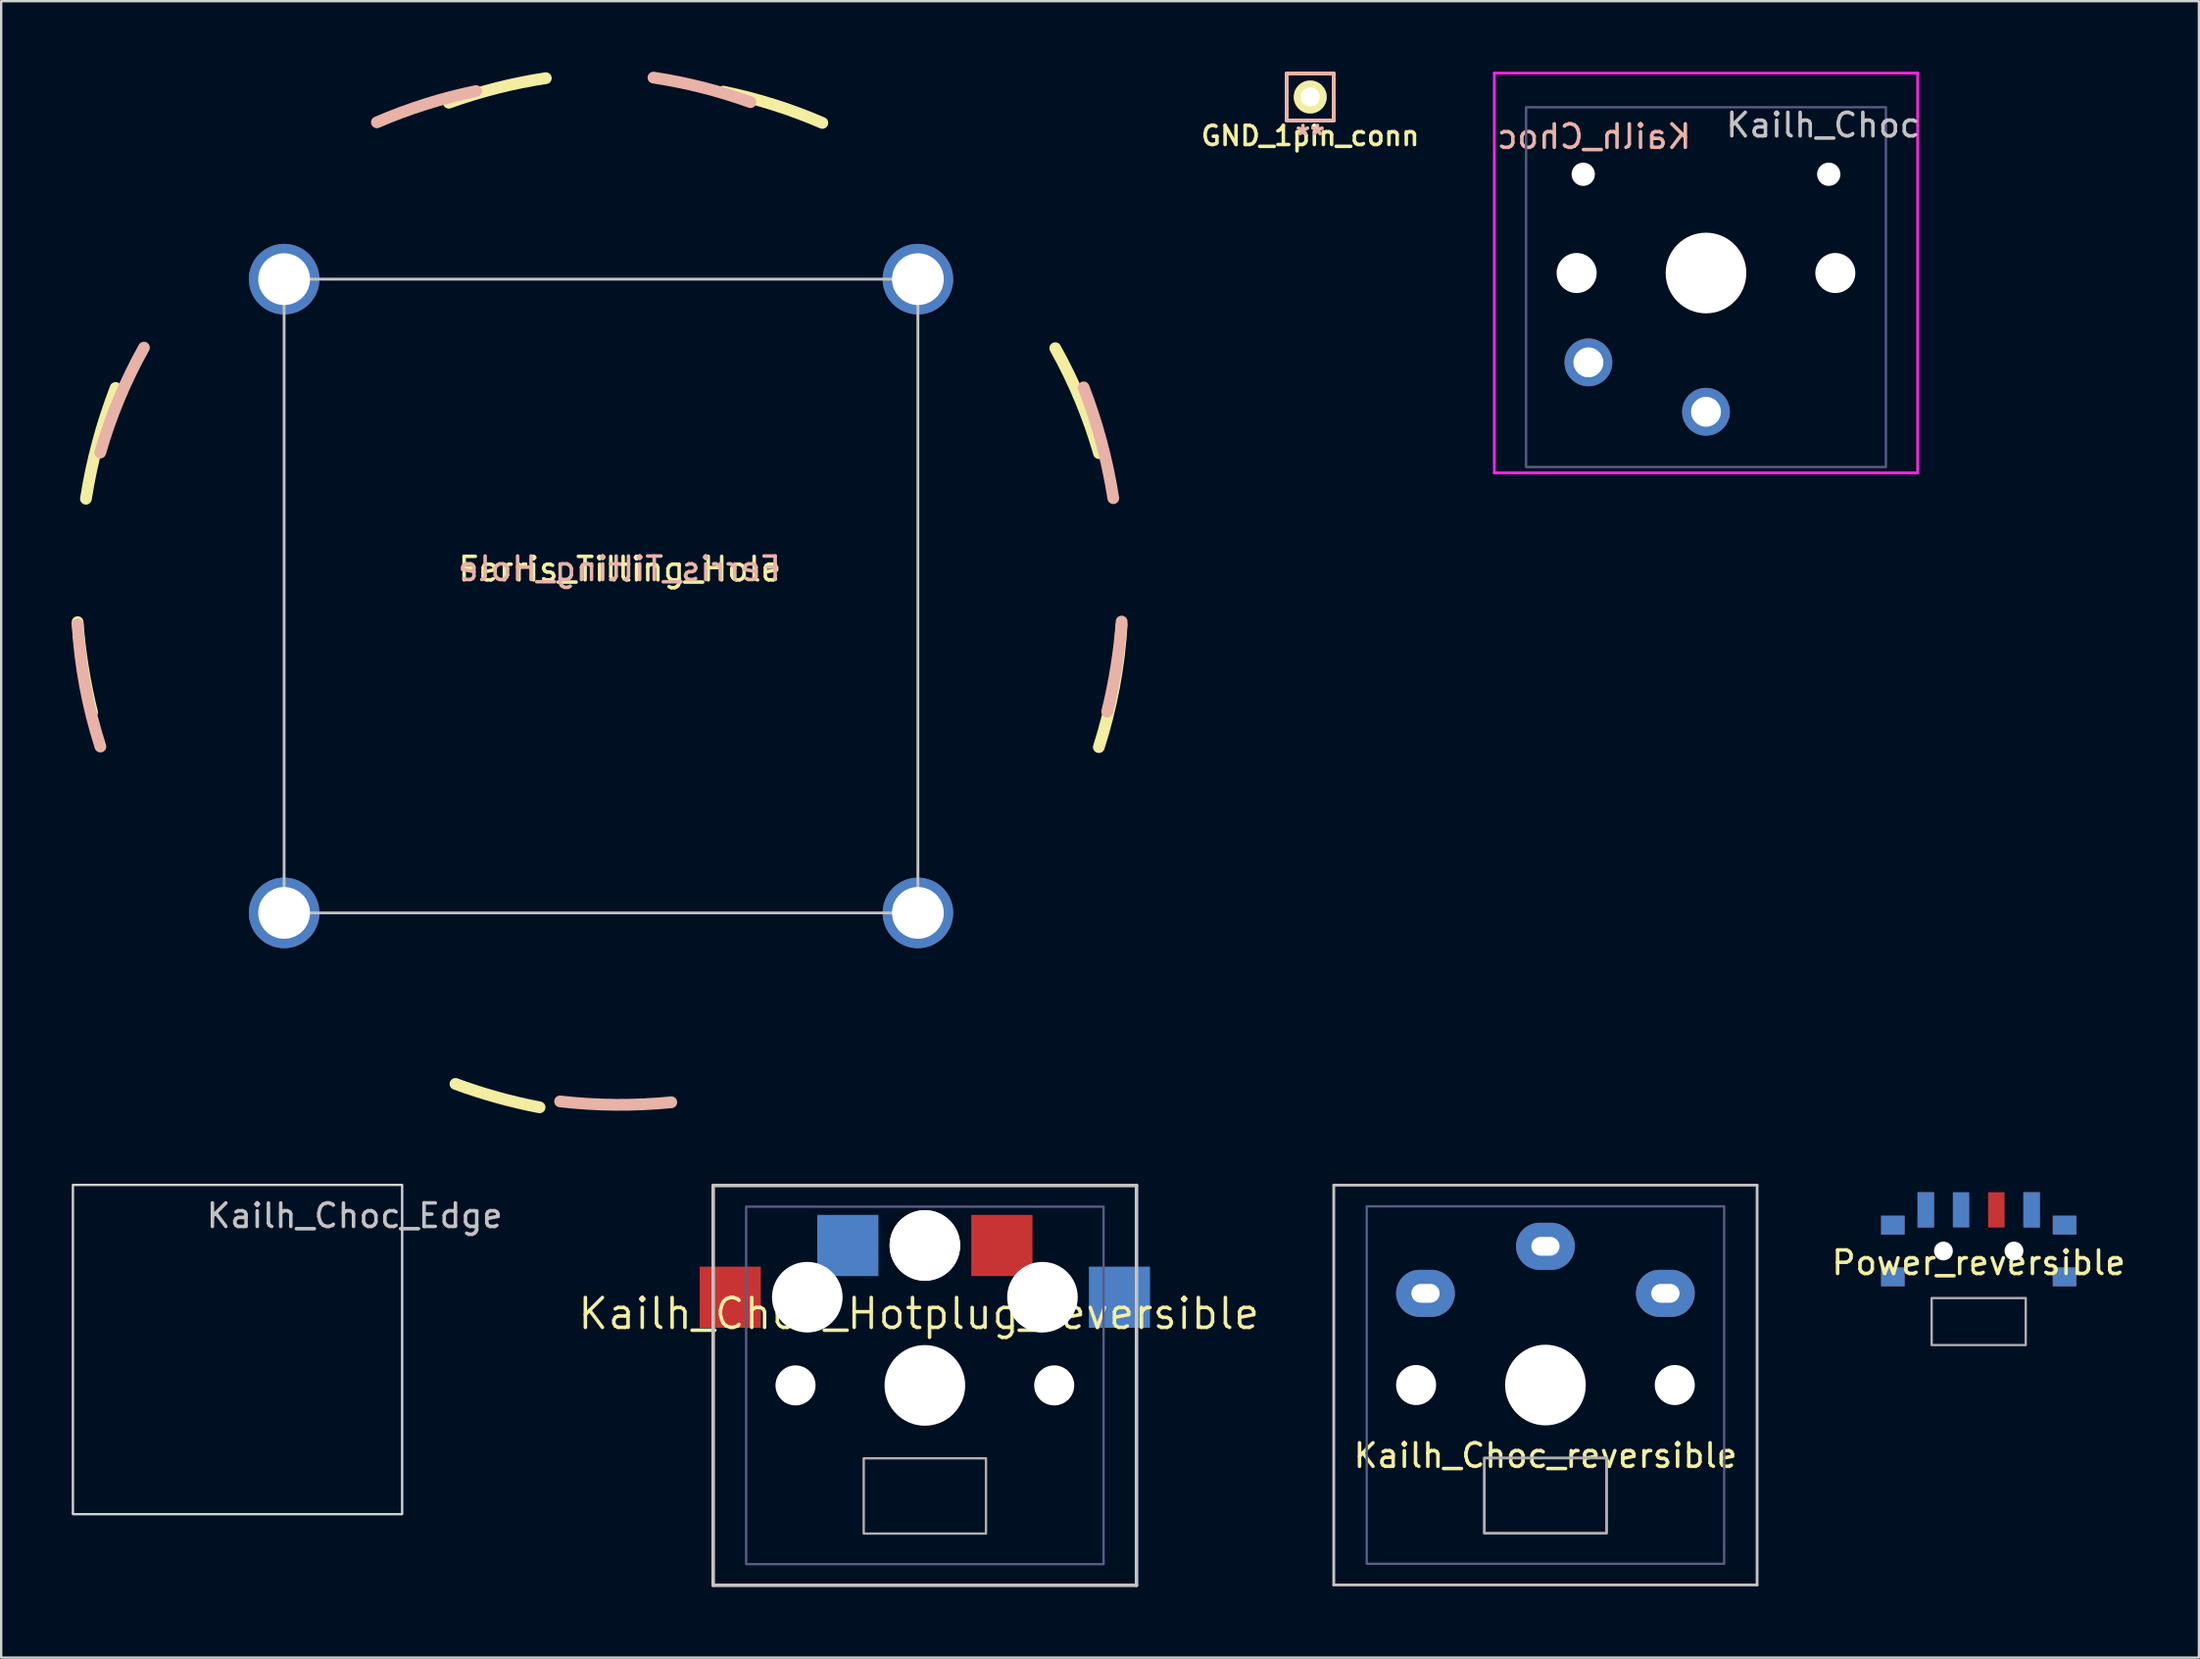
<source format=kicad_pcb>
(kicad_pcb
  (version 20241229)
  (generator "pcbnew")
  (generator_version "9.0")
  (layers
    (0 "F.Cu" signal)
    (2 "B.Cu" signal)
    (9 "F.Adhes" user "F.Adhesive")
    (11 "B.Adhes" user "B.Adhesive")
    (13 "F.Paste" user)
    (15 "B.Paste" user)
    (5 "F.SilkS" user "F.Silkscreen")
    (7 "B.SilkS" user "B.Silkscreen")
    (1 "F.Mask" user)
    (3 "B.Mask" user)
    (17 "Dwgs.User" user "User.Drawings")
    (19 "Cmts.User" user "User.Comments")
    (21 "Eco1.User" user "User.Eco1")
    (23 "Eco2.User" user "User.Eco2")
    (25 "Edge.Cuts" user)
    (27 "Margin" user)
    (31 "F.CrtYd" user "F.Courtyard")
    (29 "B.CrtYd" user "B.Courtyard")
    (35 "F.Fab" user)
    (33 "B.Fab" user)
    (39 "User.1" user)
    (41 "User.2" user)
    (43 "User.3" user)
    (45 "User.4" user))
  (footprint "Power_reversible"
    (layer "F.Cu")
    (at 81.088 50.147)
    (property "Reference" "Power_reversible" (at 0 0.5 180) (layer "F.SilkS") (effects (font (size 1 1) (thickness 0.15))))
    (fp_poly (pts (xy -4.1 -0.75) (xy -4.1 -1.45) (xy -3.2 -1.45) (xy -3.2 -0.75)) (stroke (width 0.1) (type solid)) (fill yes) (layer "F.Mask"))
    (fp_poly (pts (xy -4.1 1.45) (xy -4.1 0.75) (xy -3.2 0.75) (xy -3.2 1.45)) (stroke (width 0.1) (type solid)) (fill yes) (layer "F.Mask"))
    (fp_poly (pts (xy -2.55 -1.05) (xy -2.55 -2.45) (xy -1.95 -2.45) (xy -1.95 -1.05)) (stroke (width 0.1) (type solid)) (fill yes) (layer "F.Mask"))
    (fp_poly (pts (xy 0.45 -1.05) (xy 0.45 -2.45) (xy 1.05 -2.45) (xy 1.05 -1.05)) (stroke (width 0.1) (type solid)) (fill yes) (layer "F.Mask"))
    (fp_poly (pts (xy 1.95 -1.05) (xy 1.95 -2.45) (xy 2.55 -2.45) (xy 2.55 -1.05)) (stroke (width 0.1) (type solid)) (fill yes) (layer "F.Mask"))
    (fp_poly (pts (xy 3.2 -0.75) (xy 3.2 -1.45) (xy 4.1 -1.45) (xy 4.1 -0.75)) (stroke (width 0.1) (type solid)) (fill yes) (layer "F.Mask"))
    (fp_poly (pts (xy 3.2 1.45) (xy 3.2 0.75) (xy 4.1 0.75) (xy 4.1 1.45)) (stroke (width 0.1) (type solid)) (fill yes) (layer "F.Mask"))
    (fp_poly (pts (xy -3.2 -0.75) (xy -3.2 -1.45) (xy -4.1 -1.45) (xy -4.1 -0.75)) (stroke (width 0.1) (type solid)) (fill yes) (layer "B.Mask"))
    (fp_poly (pts (xy -3.2 1.45) (xy -3.2 0.75) (xy -4.1 0.75) (xy -4.1 1.45)) (stroke (width 0.1) (type solid)) (fill yes) (layer "B.Mask"))
    (fp_poly (pts (xy -1.95 -1.05) (xy -1.95 -2.45) (xy -2.55 -2.45) (xy -2.55 -1.05)) (stroke (width 0.1) (type solid)) (fill yes) (layer "B.Mask"))
    (fp_poly (pts (xy -0.45 -1.05) (xy -0.45 -2.45) (xy -1.05 -2.45) (xy -1.05 -1.05)) (stroke (width 0.1) (type solid)) (fill yes) (layer "B.Mask"))
    (fp_poly (pts (xy 2.55 -1.05) (xy 2.55 -2.45) (xy 1.95 -2.45) (xy 1.95 -1.05)) (stroke (width 0.1) (type solid)) (fill yes) (layer "B.Mask"))
    (fp_poly (pts (xy 4.1 -0.75) (xy 4.1 -1.45) (xy 3.2 -1.45) (xy 3.2 -0.75)) (stroke (width 0.1) (type solid)) (fill yes) (layer "B.Mask"))
    (fp_poly (pts (xy 4.1 1.45) (xy 4.1 0.75) (xy 3.2 0.75) (xy 3.2 1.45)) (stroke (width 0.1) (type solid)) (fill yes) (layer "B.Mask"))
    (fp_rect (start -4.826 -2.8) (end 4.826 2) (stroke (width 0.12) (type solid)) (fill no) (layer "Eco2.User"))
    (fp_rect (start -2 2) (end 2 4) (stroke (width 0.1) (type solid)) (fill no) (layer "F.Fab"))
    (pad "" smd rect (at -3.65 -1.1) (size 1 0.8) (layers "F.Cu"))
    (pad "" smd rect (at -3.65 -1.1 180) (size 1 0.8) (layers "B.Cu"))
    (pad "" smd rect (at -3.65 1.1) (size 1 0.8) (layers "F.Cu"))
    (pad "" smd rect (at -3.65 1.1 180) (size 1 0.8) (layers "B.Cu"))
    (pad "" np_thru_hole circle (at -1.5 0) (size 0.8 0.8) (drill 0.8) (layers "*.Cu" "*.Mask"))
    (pad "" np_thru_hole circle (at 1.5 0) (size 0.8 0.8) (drill 0.8) (layers "*.Cu" "*.Mask"))
    (pad "" smd rect (at 3.65 -1.1) (size 1 0.8) (layers "F.Cu"))
    (pad "" smd rect (at 3.65 -1.1 180) (size 1 0.8) (layers "B.Cu"))
    (pad "" smd rect (at 3.65 1.1) (size 1 0.8) (layers "F.Cu"))
    (pad "" smd rect (at 3.65 1.1 180) (size 1 0.8) (layers "B.Cu"))
    (pad "1" smd rect (at -2.25 -1.75) (size 0.7 1.5) (layers "F.Cu"))
    (pad "1" smd rect (at 2.25 -1.75 180) (size 0.7 1.5) (layers "B.Cu"))
    (pad "2" smd rect (at -0.75 -1.75 180) (size 0.7 1.5) (layers "B.Cu"))
    (pad "2" smd rect (at 0.75 -1.75) (size 0.7 1.5) (layers "F.Cu"))
    (pad "3" smd rect (at -2.25 -1.75 180) (size 0.7 1.5) (layers "B.Cu"))
    (pad "3" smd rect (at 2.25 -1.75) (size 0.7 1.5) (layers "F.Cu")))
  (footprint "Kailh_Choc_reversible"
    (layer "F.Cu")
    (at 62.665 55.847)
    (property "Reference" "Kailh_Choc_reversible" (at 0 3 0) (layer "F.SilkS") (effects (font (size 1 1) (thickness 0.15))))
    (attr through_hole)
    (fp_line (start -9 -8.5) (end 9 -8.5) (stroke (width 0.12) (type solid)) (layer "Dwgs.User"))
    (fp_line (start -9 8.5) (end -9 -8.5) (stroke (width 0.12) (type solid)) (layer "Dwgs.User"))
    (fp_line (start 9 -8.5) (end 9 8.5) (stroke (width 0.12) (type solid)) (layer "Dwgs.User"))
    (fp_line (start 9 8.5) (end -9 8.5) (stroke (width 0.12) (type solid)) (layer "Dwgs.User"))
    (fp_rect (start 7 7) (end -7 -7) (stroke (width 0.1) (type solid)) (fill no) (layer "Eco1.User"))
    (fp_line (start -9 -6.75) (end -9 2.2) (stroke (width 0.12) (type solid)) (layer "Eco2.User"))
    (fp_line (start -9 2.2) (end 9 2.2) (stroke (width 0.12) (type solid)) (layer "Eco2.User"))
    (fp_line (start -3.5 -8.5) (end -3.5 -6.75) (stroke (width 0.12) (type solid)) (layer "Eco2.User"))
    (fp_line (start -3.5 -6.75) (end -9 -6.75) (stroke (width 0.12) (type solid)) (layer "Eco2.User"))
    (fp_line (start 3.5 -8.5) (end -3.5 -8.5) (stroke (width 0.12) (type solid)) (layer "Eco2.User"))
    (fp_line (start 3.5 -6.75) (end 3.5 -8.5) (stroke (width 0.12) (type solid)) (layer "Eco2.User"))
    (fp_line (start 9 -6.75) (end 3.5 -6.75) (stroke (width 0.12) (type solid)) (layer "Eco2.User"))
    (fp_line (start 9 -6.75) (end 9 2.2) (stroke (width 0.12) (type solid)) (layer "Eco2.User"))
    (fp_rect (start 7.6 7.6) (end -7.6 -7.6) (stroke (width 0.1) (type solid)) (fill no) (layer "B.Fab"))
    (fp_rect (start 2.6 6.3) (end -2.6 3.1) (stroke (width 0.12) (type solid)) (fill no) (layer "F.Fab"))
    (pad "" np_thru_hole circle (at -5.5 0 180) (size 1.702 1.702) (drill 1.702) (layers "*.Cu" "*.Mask"))
    (pad "" np_thru_hole circle (at 0 0 180) (size 3.429 3.429) (drill 3.429) (layers "*.Cu" "*.Mask"))
    (pad "" np_thru_hole circle (at 5.5 0 180) (size 1.702 1.702) (drill 1.702) (layers "*.Cu" "*.Mask"))
    (pad "1" thru_hole oval (at -5.1 -3.9 180) (size 2.5 2) (drill oval 1.2 0.8) (layers "*.Cu" "F.Mask"))
    (pad "1" thru_hole oval (at 5.1 -3.9 180) (size 2.5 2) (drill oval 1.2 0.8) (layers "*.Cu" "B.Mask"))
    (pad "2" thru_hole oval (at 0 -5.9 180) (size 2.5 2) (drill oval 1.2 0.8) (layers "*.Cu" "*.Mask")))
  (footprint "Ferris_Tilting_Hole"
    (layer "F.Cu")
    (at 23.304 21.653)
    (property "Reference" "Ferris_Tilting_Hole" (at 0 -0.5 0) (unlocked yes) (layer "F.SilkS") (effects (font (size 1 1) (thickness 0.15))))
    (fp_arc (start -22.699999 -3.495771) (mid -22.193203 -5.883863) (end -21.437533 -8.205239) (stroke (width 0.5) (type solid)) (layer "F.SilkS"))
    (fp_arc (start -22.439999 5.584229) (mid -22.827212 3.681347) (end -23.053838 1.752737) (stroke (width 0.5) (type solid)) (layer "F.SilkS"))
    (fp_arc (start -7.27 -20.33577) (mid -5.233129 -20.957331) (end -3.145692 -21.378983) (stroke (width 0.5) (type solid)) (layer "F.SilkS"))
    (fp_arc (start -3.41 22.384229) (mid -5.218488 21.960564) (end -6.98568 21.388593) (stroke (width 0.5) (type solid)) (layer "F.SilkS"))
    (fp_arc (start 4.4 -20.80577) (mid 6.541286 -20.25) (end 8.614099 -19.477065) (stroke (width 0.5) (type solid)) (layer "F.SilkS"))
    (fp_arc (start 18.52 -9.895771) (mid 19.577353 -7.718177) (end 20.377411 -5.433484) (stroke (width 0.5) (type solid)) (layer "F.SilkS"))
    (fp_arc (start 21.339999 1.874229) (mid 21.018855 4.501101) (end 20.371011 7.067009) (stroke (width 0.5) (type solid)) (layer "F.SilkS"))
    (fp_arc (start -22.091251 -5.457713) (mid -21.291192 -7.742405) (end -20.23384 -9.92) (stroke (width 0.5) (type solid)) (layer "B.SilkS"))
    (fp_arc (start -22.084851 7.04278) (mid -22.732696 4.476872) (end -23.053839 1.85) (stroke (width 0.5) (type solid)) (layer "B.SilkS"))
    (fp_arc (start -10.327939 -19.501294) (mid -8.255126 -20.274229) (end -6.11384 -20.829999) (stroke (width 0.5) (type solid)) (layer "B.SilkS"))
    (fp_arc (start 1.431852 -21.403212) (mid 3.519289 -20.98156) (end 5.55616 -20.359999) (stroke (width 0.5) (type solid)) (layer "B.SilkS"))
    (fp_arc (start 2.19 22.169999) (mid -0.174754 22.277405) (end -2.537532 22.132914) (stroke (width 0.5) (type solid)) (layer "B.SilkS"))
    (fp_arc (start 19.723693 -8.229468) (mid 20.479363 -5.908092) (end 20.986159 -3.52) (stroke (width 0.5) (type solid)) (layer "B.SilkS"))
    (fp_arc (start 21.339998 1.728508) (mid 21.113372 3.657118) (end 20.726159 5.56) (stroke (width 0.5) (type solid)) (layer "B.SilkS"))
    (fp_rect (start -14.273 -12.833) (end 12.677 14.117) (stroke (width 0.12) (type solid)) (fill no) (layer "Dwgs.User"))
    (fp_text user "${REFERENCE}" (at -0.011 -0.515 0) (unlocked yes) (layer "B.SilkS") (effects (font (size 1 1) (thickness 0.15)) (justify mirror)))
    (pad "" thru_hole circle (at -14.273 -12.833) (size 3 3) (drill 2.2) (layers "*.Cu" "*.Mask") (remove_unused_layers yes) (keep_end_layers yes) (zone_layer_connections))
    (pad "" thru_hole circle (at -14.273 14.117) (size 3 3) (drill 2.2) (layers "*.Cu" "*.Mask") (remove_unused_layers yes) (keep_end_layers yes) (zone_layer_connections))
    (pad "" thru_hole circle (at 12.677 -12.833) (size 3 3) (drill 2.2) (layers "*.Cu" "*.Mask") (remove_unused_layers yes) (keep_end_layers yes) (zone_layer_connections))
    (pad "" thru_hole circle (at 12.677 14.117) (size 3 3) (drill 2.2) (layers "*.Cu" "*.Mask") (remove_unused_layers yes) (keep_end_layers yes) (zone_layer_connections)))
  (footprint "Kailh_Choc_Hotplug_reversible"
    (layer "F.Cu")
    (at 36.277 55.862)
    (property "Reference" "Kailh_Choc_Hotplug_reversible" (at -0.254 -3.048 0) (layer "F.SilkS") (effects (font (size 1.27 1.27) (thickness 0.15))))
    (attr through_hole)
    (fp_line (start -9 -8.5) (end 9 -8.5) (stroke (width 0.15) (type solid)) (layer "Dwgs.User"))
    (fp_line (start -9 8.5) (end -9 -8.5) (stroke (width 0.15) (type solid)) (layer "Dwgs.User"))
    (fp_line (start 9 -8.5) (end 9 8.5) (stroke (width 0.15) (type solid)) (layer "Dwgs.User"))
    (fp_line (start 9 8.5) (end -9 8.5) (stroke (width 0.15) (type solid)) (layer "Dwgs.User"))
    (fp_rect (start -7 -7) (end 7 7) (stroke (width 0.1) (type solid)) (fill no) (layer "Eco1.User"))
    (fp_line (start -7.112 -1.524) (end -7.112 1.524) (stroke (width 0.12) (type solid)) (layer "Eco2.User"))
    (fp_line (start -7.112 1.524) (end -2.286 1.524) (stroke (width 0.12) (type solid)) (layer "Eco2.User"))
    (fp_line (start -4.826 -7.366) (end -4.826 -1.524) (stroke (width 0.12) (type solid)) (layer "Eco2.User"))
    (fp_line (start -4.826 -1.524) (end -7.112 -1.524) (stroke (width 0.12) (type solid)) (layer "Eco2.User"))
    (fp_line (start -3.5 -8.5) (end -3.5 -7.366) (stroke (width 0.12) (type solid)) (layer "Eco2.User"))
    (fp_line (start -3.5 -8.5) (end 3.5 -8.5) (stroke (width 0.12) (type solid)) (layer "Eco2.User"))
    (fp_line (start -3.5 -7.366) (end -4.826 -7.366) (stroke (width 0.12) (type solid)) (layer "Eco2.User"))
    (fp_line (start -2.286 1.524) (end -2.286 2.286) (stroke (width 0.12) (type solid)) (layer "Eco2.User"))
    (fp_line (start -2.286 2.286) (end 2.286 2.286) (stroke (width 0.12) (type solid)) (layer "Eco2.User"))
    (fp_line (start 2.286 1.524) (end 2.286 2.286) (stroke (width 0.12) (type solid)) (layer "Eco2.User"))
    (fp_line (start 3.5 -8.5) (end 3.5 -7.366) (stroke (width 0.12) (type solid)) (layer "Eco2.User"))
    (fp_line (start 3.5 -7.366) (end 9.652 -7.366) (stroke (width 0.12) (type solid)) (layer "Eco2.User"))
    (fp_line (start 7.112 -1) (end 7.112 1.524) (stroke (width 0.12) (type solid)) (layer "Eco2.User"))
    (fp_line (start 7.112 1.524) (end 2.286 1.524) (stroke (width 0.12) (type solid)) (layer "Eco2.User"))
    (fp_line (start 9.652 -7.366) (end 9.652 -1) (stroke (width 0.12) (type solid)) (layer "Eco2.User"))
    (fp_line (start 9.652 -1) (end 7.112 -1) (stroke (width 0.12) (type solid)) (layer "Eco2.User"))
    (fp_rect (start -7.6 -7.6) (end 7.6 7.6) (stroke (width 0.1) (type solid)) (fill no) (layer "B.Fab"))
    (fp_rect (start -2.6 3.1) (end 2.6 6.3) (stroke (width 0.1) (type solid)) (fill no) (layer "F.Fab"))
    (pad "" np_thru_hole circle (at -5.5 0 30) (size 1.702 1.702) (drill 1.702) (layers "*.Cu" "*.Mask"))
    (pad "" np_thru_hole circle (at -5 -3.75 30) (size 3 3) (drill 3) (layers "*.Cu" "*.Mask"))
    (pad "" np_thru_hole circle (at 0 -5.95 30) (size 3 3) (drill 3) (layers "*.Cu" "*.Mask"))
    (pad "" np_thru_hole circle (at 0 -5.95 30) (size 3 3) (drill 3) (layers "*.Cu" "*.Mask"))
    (pad "" np_thru_hole circle (at 0 0 30) (size 3.429 3.429) (drill 3.429) (layers "*.Cu" "*.Mask"))
    (pad "" np_thru_hole circle (at 5 -3.75 30) (size 3 3) (drill 3) (layers "*.Cu" "*.Mask"))
    (pad "" np_thru_hole circle (at 5.5 0 30) (size 1.702 1.702) (drill 1.702) (layers "*.Cu" "*.Mask"))
    (pad "1" smd rect (at -3.275 -5.95) (size 2.6 2.6) (layers "B.Cu" "B.Mask" "B.Paste"))
    (pad "1" smd rect (at 3.275 -5.95) (size 2.6 2.6) (layers "F.Cu" "F.Mask" "F.Paste"))
    (pad "2" smd rect (at -8.275 -3.75) (size 2.6 2.6) (layers "F.Cu" "F.Mask" "F.Paste"))
    (pad "2" smd rect (at 8.275 -3.75) (size 2.6 2.6) (layers "B.Cu" "B.Mask" "B.Paste")))
  (footprint "Kailh_Choc_Edge"
    (layer "F.Cu")
    (at 7.05 54.337)
    (property "Reference" "Kailh_Choc_Edge" (at 4.98 -5.69 180) (layer "Dwgs.User") (effects (font (size 1 1) (thickness 0.15))))
    (attr through_hole)
    (fp_rect (start -7 -7) (end 7 7) (stroke (width 0.1) (type solid)) (fill no) (layer "Edge.Cuts")))
  (footprint "GND_1pin_conn"
    (layer "F.Cu")
    (at 52.663 1.075)
    (property "Reference" "GND_1pin_conn" (at 0 1.651 0) (layer "F.SilkS") (effects (font (size 0.813 0.813) (thickness 0.15))))
    (attr through_hole)
    (fp_line (start -1 -1) (end -1 1) (stroke (width 0.15) (type solid)) (layer "F.SilkS"))
    (fp_line (start -1 1) (end 1 1) (stroke (width 0.15) (type solid)) (layer "F.SilkS"))
    (fp_line (start 1 -1) (end -1 -1) (stroke (width 0.15) (type solid)) (layer "F.SilkS"))
    (fp_line (start 1 1) (end 1 -1) (stroke (width 0.15) (type solid)) (layer "F.SilkS"))
    (fp_line (start -1 -1) (end 1 -1) (stroke (width 0.15) (type solid)) (layer "B.SilkS"))
    (fp_line (start -1 1) (end -1 -1) (stroke (width 0.15) (type solid)) (layer "B.SilkS"))
    (fp_line (start 1 -1) (end 1 1) (stroke (width 0.15) (type solid)) (layer "B.SilkS"))
    (fp_line (start 1 1) (end -1 1) (stroke (width 0.15) (type solid)) (layer "B.SilkS"))
    (fp_text user "**" (at 0 1.651 0) (layer "B.SilkS") (effects (font (size 0.813 0.813) (thickness 0.15)) (justify mirror)))
    (pad "1" thru_hole circle (at 0 0) (size 1.397 1.397) (drill 0.813) (layers "*.Cu" "*.Mask" "F.SilkS")))
  (footprint "Kailh_Choc"
    (layer "F.Cu")
    (at 69.492 7.96)
    (property "Reference" "Kailh_Choc" (at 4.98 -5.69 180) (layer "Dwgs.User") (effects (font (size 1 1) (thickness 0.15))))
    (attr through_hole)
    (fp_rect (start -7 -6.4) (end 7 7.6) (stroke (width 0.1) (type solid)) (fill no) (layer "Eco1.User"))
    (fp_line (start -6.9 7.5) (end -6.9 -6.3) (stroke (width 0.15) (type solid)) (layer "Eco2.User"))
    (fp_line (start -6.9 7.5) (end 6.9 7.5) (stroke (width 0.15) (type solid)) (layer "Eco2.User"))
    (fp_line (start -2.6 -2.5) (end -2.6 -5.7) (stroke (width 0.15) (type solid)) (layer "Eco2.User"))
    (fp_line (start -2.6 -2.5) (end 2.6 -2.5) (stroke (width 0.15) (type solid)) (layer "Eco2.User"))
    (fp_line (start 2.6 -5.7) (end -2.6 -5.7) (stroke (width 0.15) (type solid)) (layer "Eco2.User"))
    (fp_line (start 2.6 -2.5) (end 2.6 -5.7) (stroke (width 0.15) (type solid)) (layer "Eco2.User"))
    (fp_line (start 6.9 -6.3) (end -6.9 -6.3) (stroke (width 0.15) (type solid)) (layer "Eco2.User"))
    (fp_line (start 6.9 -6.3) (end 6.9 7.5) (stroke (width 0.15) (type solid)) (layer "Eco2.User"))
    (fp_line (start -9 -7.9) (end 9 -7.9) (stroke (width 0.12) (type solid)) (layer "F.CrtYd"))
    (fp_line (start -9 9.1) (end -9 -7.9) (stroke (width 0.12) (type solid)) (layer "F.CrtYd"))
    (fp_line (start -9 9.1) (end 9 9.1) (stroke (width 0.12) (type solid)) (layer "F.CrtYd"))
    (fp_line (start 9 9.1) (end 9 -7.9) (stroke (width 0.12) (type solid)) (layer "F.CrtYd"))
    (fp_rect (start 7.65 8.85) (end -7.65 -6.45) (stroke (width 0.1) (type solid)) (fill no) (layer "B.Fab"))
    (fp_text user "${REFERENCE}" (at -4.76 -5.2 0) (layer "B.SilkS") (effects (font (size 1 1) (thickness 0.15)) (justify mirror)))
    (pad "" np_thru_hole circle (at -5.5 0.6) (size 1.702 1.702) (drill 1.702) (layers "*.Cu" "*.Mask"))
    (pad "" np_thru_hole circle (at -5.22 -3.6) (size 0.991 0.991) (drill 0.991) (layers "*.Cu" "*.Mask"))
    (pad "" np_thru_hole circle (at 0 0.6) (size 3.429 3.429) (drill 3.429) (layers "*.Cu" "*.Mask"))
    (pad "" np_thru_hole circle (at 5.22 -3.6) (size 0.991 0.991) (drill 0.991) (layers "*.Cu" "*.Mask"))
    (pad "" np_thru_hole circle (at 5.5 0.6) (size 1.702 1.702) (drill 1.702) (layers "*.Cu" "*.Mask"))
    (pad "1" thru_hole circle (at 0 6.5) (size 2.032 2.032) (drill 1.27) (layers "*.Cu" "*.Mask"))
    (pad "2" thru_hole circle (at -5 4.4) (size 2.032 2.032) (drill 1.27) (layers "*.Cu" "*.Mask")))
  (gr_rect
    (start -3 -3)
    (end 90.451 67.437)
    (stroke (width 0.1) (type default))
    (fill no)
    (layer "Edge.Cuts")))
</source>
